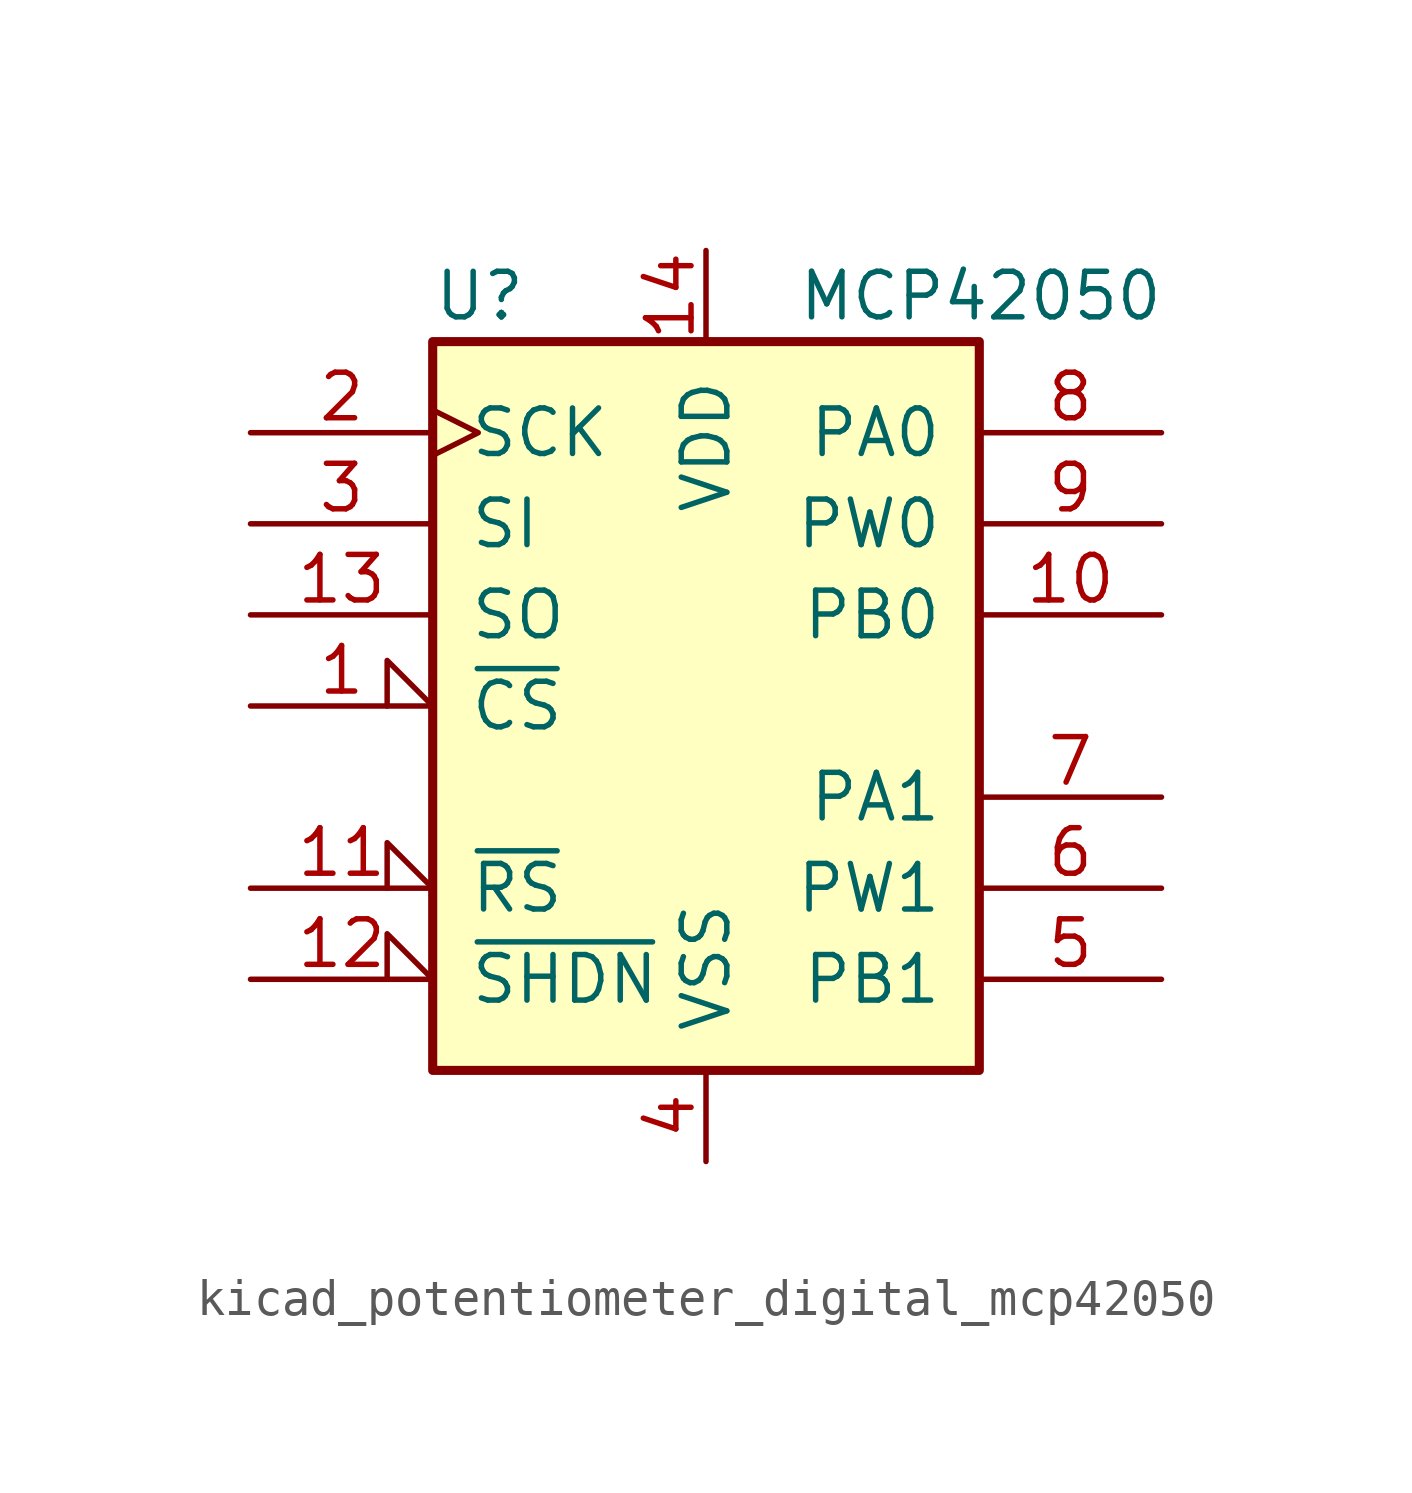
<source format=kicad_sym>
(kicad_symbol_lib
  (version 20220914)
  (generator kicad_symbol_editor)
  (symbol "kicad_potentiometer_digital_mcp42050"
    (pin_names
      (offset 1.016))
    (property "Reference" "U"
      (at -7.62 11.43 0)
      (effects (font (size 1.27 1.27)) (justify left)))
    (property "Value" "MCP42050"
      (at 2.54 11.43 0)
      (effects (font (size 1.27 1.27)) (justify left)))
    (symbol "kicad_potentiometer_digital_mcp42050_0_1"
      (rectangle (start -7.62 10.16) (end 7.62 -10.16) (stroke (width 0.254) (type default)) (fill (type background))))
    (symbol "kicad_potentiometer_digital_mcp42050_1_1"
      (pin input input_low (at -12.7 0 0) (length 5.08) (name "~{CS}" (effects (font (size 1.27 1.27)))) (number "1" (effects (font (size 1.27 1.27)))))
      (pin passive line (at 12.7 2.54 180) (length 5.08) (name "PB0" (effects (font (size 1.27 1.27)))) (number "10" (effects (font (size 1.27 1.27)))))
      (pin input input_low (at -12.7 -5.08 0) (length 5.08) (name "~{RS}" (effects (font (size 1.27 1.27)))) (number "11" (effects (font (size 1.27 1.27)))))
      (pin input input_low (at -12.7 -7.62 0) (length 5.08) (name "~{SHDN}" (effects (font (size 1.27 1.27)))) (number "12" (effects (font (size 1.27 1.27)))))
      (pin output line (at -12.7 2.54 0) (length 5.08) (name "SO" (effects (font (size 1.27 1.27)))) (number "13" (effects (font (size 1.27 1.27)))))
      (pin power_in line (at 0 12.7 270) (length 2.54) (name "VDD" (effects (font (size 1.27 1.27)))) (number "14" (effects (font (size 1.27 1.27)))))
      (pin input clock (at -12.7 7.62 0) (length 5.08) (name "SCK" (effects (font (size 1.27 1.27)))) (number "2" (effects (font (size 1.27 1.27)))))
      (pin input line (at -12.7 5.08 0) (length 5.08) (name "SI" (effects (font (size 1.27 1.27)))) (number "3" (effects (font (size 1.27 1.27)))))
      (pin power_in line (at 0 -12.7 90) (length 2.54) (name "VSS" (effects (font (size 1.27 1.27)))) (number "4" (effects (font (size 1.27 1.27)))))
      (pin passive line (at 12.7 -7.62 180) (length 5.08) (name "PB1" (effects (font (size 1.27 1.27)))) (number "5" (effects (font (size 1.27 1.27)))))
      (pin passive line (at 12.7 -5.08 180) (length 5.08) (name "PW1" (effects (font (size 1.27 1.27)))) (number "6" (effects (font (size 1.27 1.27)))))
      (pin passive line (at 12.7 -2.54 180) (length 5.08) (name "PA1" (effects (font (size 1.27 1.27)))) (number "7" (effects (font (size 1.27 1.27)))))
      (pin passive line (at 12.7 7.62 180) (length 5.08) (name "PA0" (effects (font (size 1.27 1.27)))) (number "8" (effects (font (size 1.27 1.27)))))
      (pin passive line (at 12.7 5.08 180) (length 5.08) (name "PW0" (effects (font (size 1.27 1.27)))) (number "9" (effects (font (size 1.27 1.27))))))))
</source>
